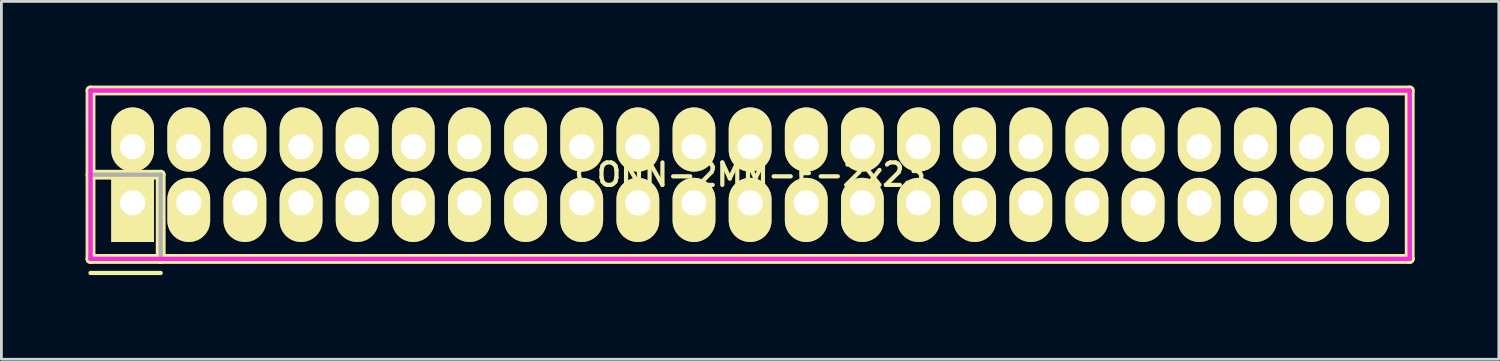
<source format=kicad_pcb>
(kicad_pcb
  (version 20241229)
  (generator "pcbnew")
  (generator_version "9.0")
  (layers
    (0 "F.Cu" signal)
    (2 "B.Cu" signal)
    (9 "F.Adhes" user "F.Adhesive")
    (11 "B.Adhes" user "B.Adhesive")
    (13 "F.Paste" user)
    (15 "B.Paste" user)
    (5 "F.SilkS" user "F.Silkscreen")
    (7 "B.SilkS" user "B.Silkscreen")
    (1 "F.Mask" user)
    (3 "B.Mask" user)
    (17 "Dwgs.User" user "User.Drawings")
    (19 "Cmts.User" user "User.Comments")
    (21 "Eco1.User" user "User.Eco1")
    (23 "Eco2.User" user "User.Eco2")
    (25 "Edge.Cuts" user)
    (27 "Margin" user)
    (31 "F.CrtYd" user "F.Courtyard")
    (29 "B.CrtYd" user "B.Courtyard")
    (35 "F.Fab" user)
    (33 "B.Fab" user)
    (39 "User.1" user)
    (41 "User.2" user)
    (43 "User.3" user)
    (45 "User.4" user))
  (footprint "CONN-2MM-F-2x23"
    (layer "F.Cu")
    (at 23.675 3.175)
    (property "Reference" "CONN-2MM-F-2x23" (at 0 0 0) (layer "F.SilkS") (effects (font (size 0.8 0.8) (thickness 0.15))))
    (attr through_hole)
    (fp_line (start -23.5 -3) (end 23.5 -3) (stroke (width 0.35) (type solid)) (layer "F.SilkS"))
    (fp_line (start -23.5 0) (end -21 0) (stroke (width 0.35) (type solid)) (layer "F.SilkS"))
    (fp_line (start -23.5 3) (end -23.5 -3) (stroke (width 0.35) (type solid)) (layer "F.SilkS"))
    (fp_line (start -23.5 3.5) (end -21 3.5) (stroke (width 0.15) (type solid)) (layer "F.SilkS"))
    (fp_line (start -21 0) (end -21 3) (stroke (width 0.35) (type solid)) (layer "F.SilkS"))
    (fp_line (start 23.5 -3) (end 23.5 3) (stroke (width 0.35) (type solid)) (layer "F.SilkS"))
    (fp_line (start 23.5 3) (end -23.5 3) (stroke (width 0.35) (type solid)) (layer "F.SilkS"))
    (fp_line (start -23.5 -3) (end 23.5 -3) (stroke (width 0.15) (type solid)) (layer "F.CrtYd"))
    (fp_line (start -23.5 3) (end -23.5 -3) (stroke (width 0.15) (type solid)) (layer "F.CrtYd"))
    (fp_line (start 23.5 -3) (end 23.5 3) (stroke (width 0.15) (type solid)) (layer "F.CrtYd"))
    (fp_line (start 23.5 3) (end -23.5 3) (stroke (width 0.15) (type solid)) (layer "F.CrtYd"))
    (fp_line (start -23.5 -3) (end 23.5 -3) (stroke (width 0.15) (type solid)) (layer "F.Fab"))
    (fp_line (start -23.5 0) (end -21 0) (stroke (width 0.15) (type solid)) (layer "F.Fab"))
    (fp_line (start -23.5 3) (end -23.5 -3) (stroke (width 0.15) (type solid)) (layer "F.Fab"))
    (fp_line (start -21 0) (end -21 3) (stroke (width 0.15) (type solid)) (layer "F.Fab"))
    (fp_line (start 23.5 -3) (end 23.5 3) (stroke (width 0.15) (type solid)) (layer "F.Fab"))
    (fp_line (start 23.5 3) (end -23.5 3) (stroke (width 0.15) (type solid)) (layer "F.Fab"))
    (pad "1" thru_hole rect (at -22 1) (size 1.524 2.286) (drill 0.9 (offset 0 0.254)) (layers "*.Cu" "*.Mask" "F.SilkS"))
    (pad "2" thru_hole oval (at -22 -1) (size 1.524 2.286) (drill 0.9 (offset 0 -0.254)) (layers "*.Cu" "*.Mask" "F.SilkS"))
    (pad "3" thru_hole oval (at -20 1) (size 1.524 2.286) (drill 0.9 (offset 0 0.254)) (layers "*.Cu" "*.Mask" "F.SilkS"))
    (pad "4" thru_hole oval (at -20 -1) (size 1.524 2.286) (drill 0.9 (offset 0 -0.254)) (layers "*.Cu" "*.Mask" "F.SilkS"))
    (pad "5" thru_hole oval (at -18 1) (size 1.524 2.286) (drill 0.9 (offset 0 0.254)) (layers "*.Cu" "*.Mask" "F.SilkS"))
    (pad "6" thru_hole oval (at -18 -1) (size 1.524 2.286) (drill 0.9 (offset 0 -0.254)) (layers "*.Cu" "*.Mask" "F.SilkS"))
    (pad "7" thru_hole oval (at -16 1) (size 1.524 2.286) (drill 0.9 (offset 0 0.254)) (layers "*.Cu" "*.Mask" "F.SilkS"))
    (pad "8" thru_hole oval (at -16 -1) (size 1.524 2.286) (drill 0.9 (offset 0 -0.254)) (layers "*.Cu" "*.Mask" "F.SilkS"))
    (pad "9" thru_hole oval (at -14 1) (size 1.524 2.286) (drill 0.9 (offset 0 0.254)) (layers "*.Cu" "*.Mask" "F.SilkS"))
    (pad "10" thru_hole oval (at -14 -1) (size 1.524 2.286) (drill 0.9 (offset 0 -0.254)) (layers "*.Cu" "*.Mask" "F.SilkS"))
    (pad "11" thru_hole oval (at -12 1) (size 1.524 2.286) (drill 0.9 (offset 0 0.254)) (layers "*.Cu" "*.Mask" "F.SilkS"))
    (pad "12" thru_hole oval (at -12 -1) (size 1.524 2.286) (drill 0.9 (offset 0 -0.254)) (layers "*.Cu" "*.Mask" "F.SilkS"))
    (pad "13" thru_hole oval (at -10 1) (size 1.524 2.286) (drill 0.9 (offset 0 0.254)) (layers "*.Cu" "*.Mask" "F.SilkS"))
    (pad "14" thru_hole oval (at -10 -1) (size 1.524 2.286) (drill 0.9 (offset 0 -0.254)) (layers "*.Cu" "*.Mask" "F.SilkS"))
    (pad "15" thru_hole oval (at -8 1) (size 1.524 2.286) (drill 0.9 (offset 0 0.254)) (layers "*.Cu" "*.Mask" "F.SilkS"))
    (pad "16" thru_hole oval (at -8 -1) (size 1.524 2.286) (drill 0.9 (offset 0 -0.254)) (layers "*.Cu" "*.Mask" "F.SilkS"))
    (pad "17" thru_hole oval (at -6 1) (size 1.524 2.286) (drill 0.9 (offset 0 0.254)) (layers "*.Cu" "*.Mask" "F.SilkS"))
    (pad "18" thru_hole oval (at -6 -1) (size 1.524 2.286) (drill 0.9 (offset 0 -0.254)) (layers "*.Cu" "*.Mask" "F.SilkS"))
    (pad "19" thru_hole oval (at -4 1) (size 1.524 2.286) (drill 0.9 (offset 0 0.254)) (layers "*.Cu" "*.Mask" "F.SilkS"))
    (pad "20" thru_hole oval (at -4 -1) (size 1.524 2.286) (drill 0.9 (offset 0 -0.254)) (layers "*.Cu" "*.Mask" "F.SilkS"))
    (pad "21" thru_hole oval (at -2 1) (size 1.524 2.286) (drill 0.9 (offset 0 0.254)) (layers "*.Cu" "*.Mask" "F.SilkS"))
    (pad "22" thru_hole oval (at -2 -1) (size 1.524 2.286) (drill 0.9 (offset 0 -0.254)) (layers "*.Cu" "*.Mask" "F.SilkS"))
    (pad "23" thru_hole oval (at 0 1) (size 1.524 2.286) (drill 0.9 (offset 0 0.254)) (layers "*.Cu" "*.Mask" "F.SilkS"))
    (pad "24" thru_hole oval (at 0 -1) (size 1.524 2.286) (drill 0.9 (offset 0 -0.254)) (layers "*.Cu" "*.Mask" "F.SilkS"))
    (pad "25" thru_hole oval (at 2 1) (size 1.524 2.286) (drill 0.9 (offset 0 0.254)) (layers "*.Cu" "*.Mask" "F.SilkS"))
    (pad "26" thru_hole oval (at 2 -1) (size 1.524 2.286) (drill 0.9 (offset 0 -0.254)) (layers "*.Cu" "*.Mask" "F.SilkS"))
    (pad "27" thru_hole oval (at 4 1) (size 1.524 2.286) (drill 0.9 (offset 0 0.254)) (layers "*.Cu" "*.Mask" "F.SilkS"))
    (pad "28" thru_hole oval (at 4 -1) (size 1.524 2.286) (drill 0.9 (offset 0 -0.254)) (layers "*.Cu" "*.Mask" "F.SilkS"))
    (pad "29" thru_hole oval (at 6 1) (size 1.524 2.286) (drill 0.9 (offset 0 0.254)) (layers "*.Cu" "*.Mask" "F.SilkS"))
    (pad "30" thru_hole oval (at 6 -1) (size 1.524 2.286) (drill 0.9 (offset 0 -0.254)) (layers "*.Cu" "*.Mask" "F.SilkS"))
    (pad "31" thru_hole oval (at 8 1) (size 1.524 2.286) (drill 0.9 (offset 0 0.254)) (layers "*.Cu" "*.Mask" "F.SilkS"))
    (pad "32" thru_hole oval (at 8 -1) (size 1.524 2.286) (drill 0.9 (offset 0 -0.254)) (layers "*.Cu" "*.Mask" "F.SilkS"))
    (pad "33" thru_hole oval (at 10 1) (size 1.524 2.286) (drill 0.9 (offset 0 0.254)) (layers "*.Cu" "*.Mask" "F.SilkS"))
    (pad "34" thru_hole oval (at 10 -1) (size 1.524 2.286) (drill 0.9 (offset 0 -0.254)) (layers "*.Cu" "*.Mask" "F.SilkS"))
    (pad "35" thru_hole oval (at 12 1) (size 1.524 2.286) (drill 0.9 (offset 0 0.254)) (layers "*.Cu" "*.Mask" "F.SilkS"))
    (pad "36" thru_hole oval (at 12 -1) (size 1.524 2.286) (drill 0.9 (offset 0 -0.254)) (layers "*.Cu" "*.Mask" "F.SilkS"))
    (pad "37" thru_hole oval (at 14 1) (size 1.524 2.286) (drill 0.9 (offset 0 0.254)) (layers "*.Cu" "*.Mask" "F.SilkS"))
    (pad "38" thru_hole oval (at 14 -1) (size 1.524 2.286) (drill 0.9 (offset 0 -0.254)) (layers "*.Cu" "*.Mask" "F.SilkS"))
    (pad "39" thru_hole oval (at 16 1) (size 1.524 2.286) (drill 0.9 (offset 0 0.254)) (layers "*.Cu" "*.Mask" "F.SilkS"))
    (pad "40" thru_hole oval (at 16 -1) (size 1.524 2.286) (drill 0.9 (offset 0 -0.254)) (layers "*.Cu" "*.Mask" "F.SilkS"))
    (pad "41" thru_hole oval (at 18 1) (size 1.524 2.286) (drill 0.9 (offset 0 0.254)) (layers "*.Cu" "*.Mask" "F.SilkS"))
    (pad "42" thru_hole oval (at 18 -1) (size 1.524 2.286) (drill 0.9 (offset 0 -0.254)) (layers "*.Cu" "*.Mask" "F.SilkS"))
    (pad "43" thru_hole oval (at 20 1) (size 1.524 2.286) (drill 0.9 (offset 0 0.254)) (layers "*.Cu" "*.Mask" "F.SilkS"))
    (pad "44" thru_hole oval (at 20 -1) (size 1.524 2.286) (drill 0.9 (offset 0 -0.254)) (layers "*.Cu" "*.Mask" "F.SilkS"))
    (pad "45" thru_hole oval (at 22 1) (size 1.524 2.286) (drill 0.9 (offset 0 0.254)) (layers "*.Cu" "*.Mask" "F.SilkS"))
    (pad "46" thru_hole oval (at 22 -1) (size 1.524 2.286) (drill 0.9 (offset 0 -0.254)) (layers "*.Cu" "*.Mask" "F.SilkS")))
  (gr_rect
    (start -3 -3)
    (end 50.35 9.75)
    (stroke (width 0.1) (type default))
    (fill no)
    (layer "Edge.Cuts")))
</source>
